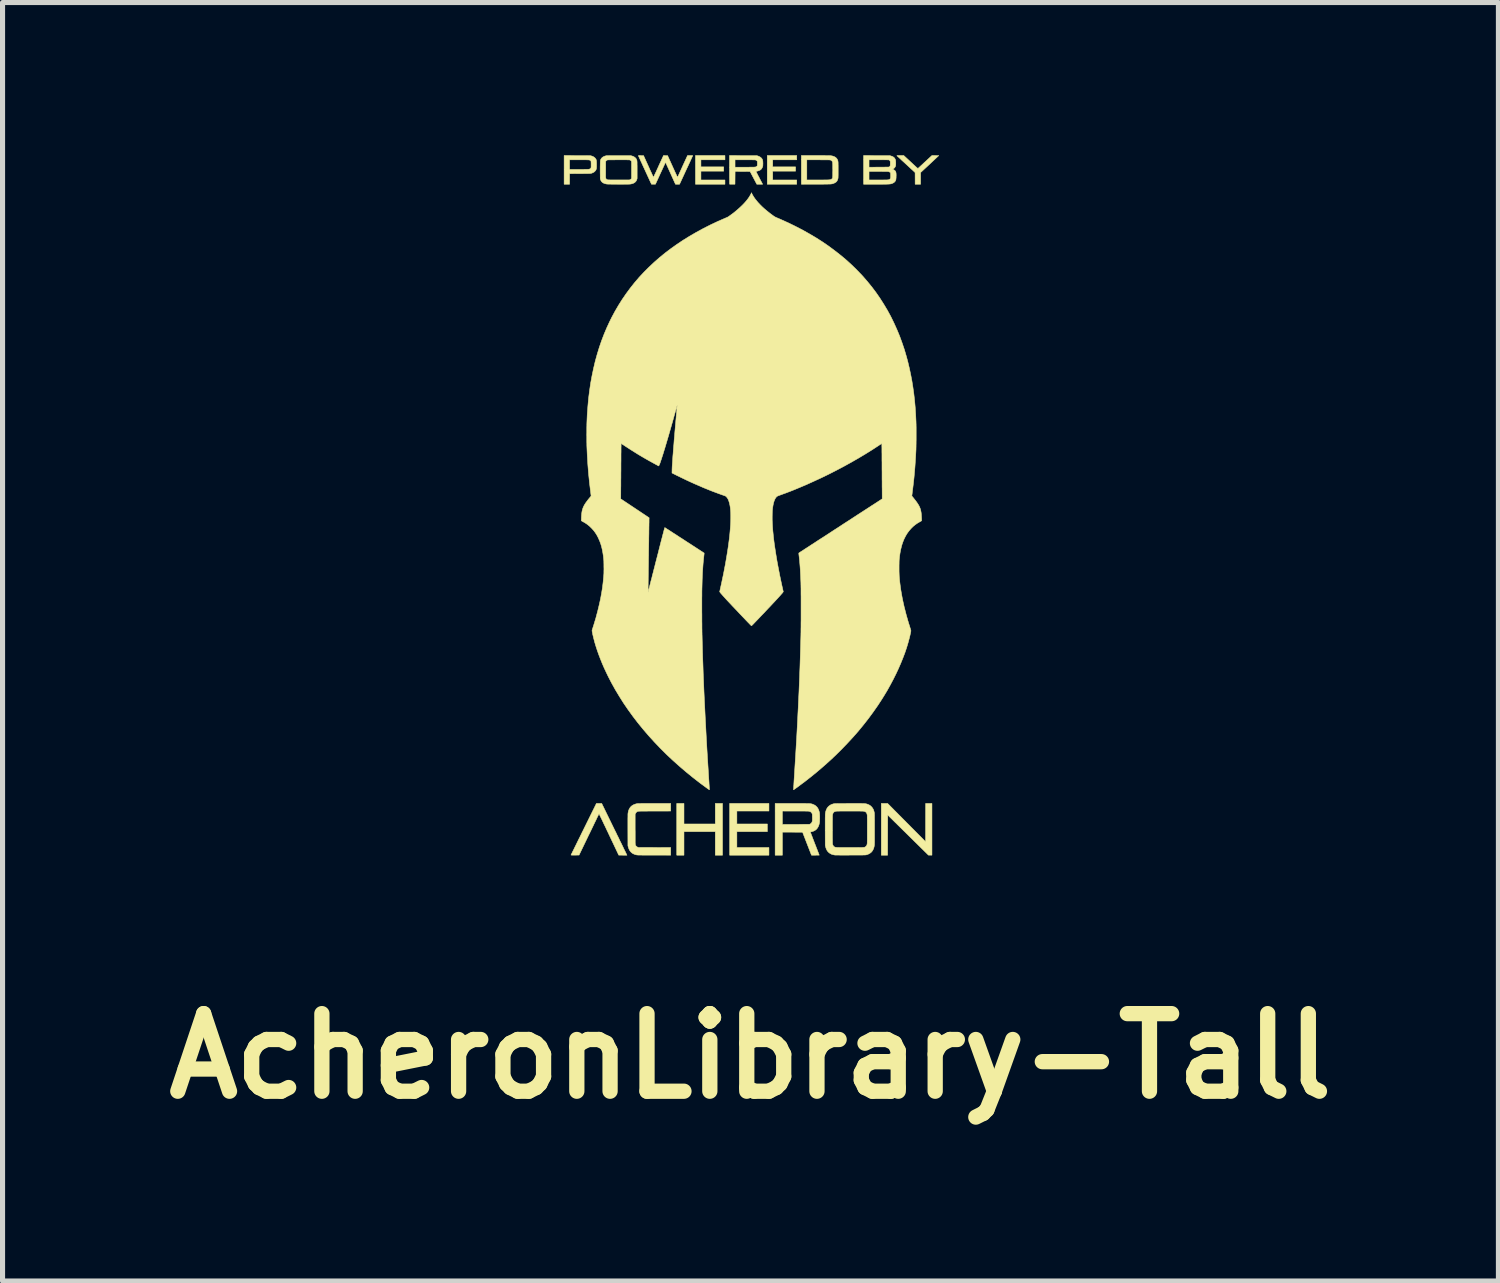
<source format=kicad_pcb>
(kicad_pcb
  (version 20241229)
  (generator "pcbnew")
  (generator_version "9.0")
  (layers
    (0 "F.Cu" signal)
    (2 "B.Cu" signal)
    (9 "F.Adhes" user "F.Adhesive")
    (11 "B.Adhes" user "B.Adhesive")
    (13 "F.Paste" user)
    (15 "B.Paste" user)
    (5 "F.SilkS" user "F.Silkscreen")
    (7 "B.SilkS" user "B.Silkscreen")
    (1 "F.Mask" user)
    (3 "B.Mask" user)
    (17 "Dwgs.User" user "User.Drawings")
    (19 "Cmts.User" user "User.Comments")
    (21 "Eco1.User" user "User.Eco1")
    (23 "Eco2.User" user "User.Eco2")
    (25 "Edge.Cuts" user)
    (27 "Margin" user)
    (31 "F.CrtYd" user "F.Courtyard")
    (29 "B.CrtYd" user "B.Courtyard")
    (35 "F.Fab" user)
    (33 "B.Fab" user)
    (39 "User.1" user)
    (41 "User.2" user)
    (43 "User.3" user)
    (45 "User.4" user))
  (footprint "AcheronLibrary-Tall"
    (layer "F.Cu")
    (at 11.711 6.875)
    (property "Reference" "AcheronLibrary-Tall" (at -0.02 10.82 0) (layer "F.SilkS") (effects (font (size 1.524 1.524) (thickness 0.3))))
    (attr through_hole)
    (fp_poly (pts (xy -1.326 6.26) (xy -0.711 6.26) (xy -0.711 5.857) (xy -0.569 5.857) (xy -0.569 6.873) (xy -0.711 6.873) (xy -0.711 6.41) (xy -1.326 6.41) (xy -1.326 6.873) (xy -1.468 6.873) (xy -1.468 5.857) (xy -1.326 5.857) (xy -1.326 6.26)) (stroke (width 0.01) (type solid)) (fill yes) (layer "F.SilkS"))
    (fp_poly (pts (xy -0.521 -6.786) (xy -0.993 -6.786) (xy -0.993 -6.647) (xy -0.546 -6.647) (xy -0.546 -6.563) (xy -0.993 -6.563) (xy -0.993 -6.39) (xy -0.521 -6.39) (xy -0.521 -6.306) (xy -1.1 -6.306) (xy -1.1 -6.87) (xy -0.521 -6.87) (xy -0.521 -6.786)) (stroke (width 0.01) (type solid)) (fill yes) (layer "F.SilkS"))
    (fp_poly (pts (xy 0.343 6.006) (xy -0.287 6.006) (xy -0.287 6.26) (xy 0.312 6.26) (xy 0.312 6.41) (xy -0.287 6.41) (xy -0.287 6.723) (xy 0.343 6.723) (xy 0.343 6.873) (xy -0.429 6.873) (xy -0.429 5.857) (xy 0.343 5.857) (xy 0.343 6.006)) (stroke (width 0.01) (type solid)) (fill yes) (layer "F.SilkS"))
    (fp_poly (pts (xy 0.889 -6.786) (xy 0.417 -6.786) (xy 0.417 -6.647) (xy 0.866 -6.647) (xy 0.866 -6.563) (xy 0.417 -6.563) (xy 0.417 -6.39) (xy 0.889 -6.39) (xy 0.889 -6.306) (xy 0.31 -6.306) (xy 0.31 -6.87) (xy 0.889 -6.87) (xy 0.889 -6.786)) (stroke (width 0.01) (type solid)) (fill yes) (layer "F.SilkS"))
    (fp_poly (pts (xy 3.047 6.233) (xy 3.42 6.609) (xy 3.42 6.233) (xy 3.421 5.857) (xy 3.545 5.857) (xy 3.545 6.873) (xy 3.511 6.872) (xy 3.476 6.872) (xy 3.076 6.478) (xy 2.676 6.084) (xy 2.674 6.873) (xy 2.55 6.873) (xy 2.55 5.857) (xy 2.674 5.857) (xy 3.047 6.233)) (stroke (width 0.01) (type solid)) (fill yes) (layer "F.SilkS"))
    (fp_poly (pts (xy 3.679 -6.869) (xy 3.501 -6.702) (xy 3.322 -6.536) (xy 3.322 -6.306) (xy 3.215 -6.306) (xy 3.214 -6.536) (xy 3.037 -6.7) (xy 3.012 -6.723) (xy 2.987 -6.746) (xy 2.964 -6.767) (xy 2.942 -6.787) (xy 2.923 -6.806) (xy 2.905 -6.822) (xy 2.89 -6.836) (xy 2.877 -6.848) (xy 2.867 -6.857) (xy 2.86 -6.863) (xy 2.857 -6.867) (xy 2.857 -6.867) (xy 2.857 -6.868) (xy 2.859 -6.869) (xy 2.864 -6.869) (xy 2.873 -6.87) (xy 2.885 -6.87) (xy 2.901 -6.87) (xy 2.922 -6.87) (xy 2.922 -6.87) (xy 2.991 -6.87) (xy 3.129 -6.742) (xy 3.155 -6.718) (xy 3.177 -6.697) (xy 3.197 -6.679) (xy 3.213 -6.664) (xy 3.227 -6.651) (xy 3.238 -6.641) (xy 3.247 -6.633) (xy 3.254 -6.627) (xy 3.26 -6.623) (xy 3.264 -6.62) (xy 3.267 -6.618) (xy 3.269 -6.617) (xy 3.27 -6.617) (xy 3.271 -6.617) (xy 3.272 -6.618) (xy 3.275 -6.62) (xy 3.281 -6.626) (xy 3.29 -6.634) (xy 3.302 -6.645) (xy 3.317 -6.659) (xy 3.333 -6.674) (xy 3.352 -6.691) (xy 3.372 -6.71) (xy 3.393 -6.73) (xy 3.411 -6.746) (xy 3.545 -6.87) (xy 3.679 -6.869)) (stroke (width 0.01) (type solid)) (fill yes) (layer "F.SilkS"))
    (fp_poly (pts (xy -2.994 5.857) (xy -2.942 5.857) (xy -2.709 6.335) (xy -2.686 6.382) (xy -2.663 6.427) (xy -2.642 6.472) (xy -2.62 6.515) (xy -2.6 6.557) (xy -2.581 6.597) (xy -2.562 6.634) (xy -2.545 6.669) (xy -2.529 6.702) (xy -2.515 6.732) (xy -2.502 6.759) (xy -2.49 6.782) (xy -2.48 6.802) (xy -2.472 6.819) (xy -2.466 6.831) (xy -2.462 6.84) (xy -2.461 6.843) (xy -2.446 6.873) (xy -2.526 6.873) (xy -2.607 6.872) (xy -2.8 6.465) (xy -2.82 6.422) (xy -2.84 6.381) (xy -2.859 6.34) (xy -2.877 6.302) (xy -2.895 6.266) (xy -2.911 6.231) (xy -2.926 6.2) (xy -2.94 6.17) (xy -2.953 6.144) (xy -2.964 6.121) (xy -2.974 6.101) (xy -2.982 6.085) (xy -2.988 6.072) (xy -2.992 6.064) (xy -2.994 6.06) (xy -2.995 6.059) (xy -2.996 6.062) (xy -2.999 6.069) (xy -3.005 6.079) (xy -3.012 6.094) (xy -3.021 6.113) (xy -3.032 6.134) (xy -3.044 6.16) (xy -3.057 6.188) (xy -3.072 6.218) (xy -3.088 6.251) (xy -3.105 6.287) (xy -3.123 6.324) (xy -3.142 6.364) (xy -3.162 6.405) (xy -3.182 6.447) (xy -3.192 6.466) (xy -3.387 6.871) (xy -3.466 6.872) (xy -3.488 6.872) (xy -3.507 6.872) (xy -3.523 6.872) (xy -3.534 6.871) (xy -3.542 6.871) (xy -3.545 6.87) (xy -3.545 6.87) (xy -3.544 6.868) (xy -3.541 6.861) (xy -3.535 6.85) (xy -3.528 6.835) (xy -3.519 6.817) (xy -3.508 6.794) (xy -3.495 6.769) (xy -3.481 6.74) (xy -3.466 6.709) (xy -3.449 6.675) (xy -3.431 6.638) (xy -3.412 6.599) (xy -3.392 6.558) (xy -3.37 6.515) (xy -3.348 6.47) (xy -3.326 6.424) (xy -3.302 6.377) (xy -3.295 6.362) (xy -3.046 5.857) (xy -2.994 5.857)) (stroke (width 0.01) (type solid)) (fill yes) (layer "F.SilkS"))
    (fp_poly (pts (xy -1.688 -6.869) (xy -1.648 -6.869) (xy -1.551 -6.655) (xy -1.537 -6.624) (xy -1.523 -6.594) (xy -1.511 -6.566) (xy -1.499 -6.54) (xy -1.488 -6.517) (xy -1.478 -6.496) (xy -1.47 -6.478) (xy -1.463 -6.463) (xy -1.458 -6.452) (xy -1.454 -6.445) (xy -1.453 -6.443) (xy -1.453 -6.443) (xy -1.451 -6.445) (xy -1.448 -6.452) (xy -1.443 -6.463) (xy -1.436 -6.477) (xy -1.428 -6.495) (xy -1.418 -6.516) (xy -1.408 -6.539) (xy -1.396 -6.565) (xy -1.383 -6.593) (xy -1.37 -6.622) (xy -1.356 -6.653) (xy -1.354 -6.657) (xy -1.256 -6.87) (xy -1.205 -6.87) (xy -1.189 -6.87) (xy -1.175 -6.87) (xy -1.164 -6.869) (xy -1.157 -6.869) (xy -1.154 -6.868) (xy -1.153 -6.868) (xy -1.155 -6.865) (xy -1.158 -6.858) (xy -1.163 -6.847) (xy -1.17 -6.833) (xy -1.178 -6.815) (xy -1.188 -6.793) (xy -1.199 -6.769) (xy -1.211 -6.742) (xy -1.225 -6.713) (xy -1.239 -6.682) (xy -1.255 -6.648) (xy -1.271 -6.614) (xy -1.284 -6.586) (xy -1.413 -6.306) (xy -1.493 -6.306) (xy -1.688 -6.738) (xy -1.692 -6.728) (xy -1.694 -6.725) (xy -1.698 -6.717) (xy -1.703 -6.705) (xy -1.71 -6.689) (xy -1.719 -6.671) (xy -1.729 -6.649) (xy -1.74 -6.625) (xy -1.752 -6.599) (xy -1.765 -6.571) (xy -1.779 -6.541) (xy -1.792 -6.513) (xy -1.886 -6.307) (xy -1.925 -6.307) (xy -1.964 -6.306) (xy -2.092 -6.584) (xy -2.108 -6.619) (xy -2.124 -6.653) (xy -2.139 -6.686) (xy -2.153 -6.717) (xy -2.166 -6.746) (xy -2.179 -6.772) (xy -2.189 -6.796) (xy -2.199 -6.817) (xy -2.207 -6.834) (xy -2.213 -6.848) (xy -2.218 -6.858) (xy -2.221 -6.864) (xy -2.221 -6.866) (xy -2.222 -6.867) (xy -2.221 -6.868) (xy -2.218 -6.869) (xy -2.213 -6.869) (xy -2.205 -6.87) (xy -2.193 -6.87) (xy -2.177 -6.87) (xy -2.172 -6.869) (xy -2.12 -6.869) (xy -2.023 -6.655) (xy -2.009 -6.624) (xy -1.996 -6.594) (xy -1.983 -6.566) (xy -1.971 -6.541) (xy -1.96 -6.517) (xy -1.951 -6.496) (xy -1.942 -6.478) (xy -1.935 -6.463) (xy -1.93 -6.452) (xy -1.927 -6.445) (xy -1.925 -6.442) (xy -1.925 -6.442) (xy -1.924 -6.445) (xy -1.92 -6.451) (xy -1.915 -6.462) (xy -1.909 -6.476) (xy -1.901 -6.494) (xy -1.891 -6.515) (xy -1.88 -6.538) (xy -1.868 -6.564) (xy -1.856 -6.591) (xy -1.842 -6.621) (xy -1.828 -6.652) (xy -1.826 -6.657) (xy -1.728 -6.87) (xy -1.688 -6.869)) (stroke (width 0.01) (type solid)) (fill yes) (layer "F.SilkS"))
    (fp_poly (pts (xy -1.587 6.006) (xy -1.903 6.007) (xy -1.95 6.007) (xy -1.992 6.007) (xy -2.029 6.007) (xy -2.062 6.008) (xy -2.091 6.008) (xy -2.117 6.008) (xy -2.139 6.008) (xy -2.158 6.008) (xy -2.174 6.008) (xy -2.187 6.009) (xy -2.198 6.009) (xy -2.207 6.009) (xy -2.214 6.01) (xy -2.22 6.01) (xy -2.224 6.011) (xy -2.227 6.011) (xy -2.23 6.012) (xy -2.232 6.012) (xy -2.249 6.02) (xy -2.262 6.031) (xy -2.273 6.045) (xy -2.276 6.051) (xy -2.285 6.069) (xy -2.285 6.363) (xy -2.284 6.408) (xy -2.284 6.448) (xy -2.284 6.484) (xy -2.284 6.516) (xy -2.284 6.543) (xy -2.284 6.567) (xy -2.284 6.587) (xy -2.284 6.605) (xy -2.284 6.619) (xy -2.284 6.632) (xy -2.283 6.641) (xy -2.283 6.649) (xy -2.283 6.656) (xy -2.282 6.661) (xy -2.282 6.664) (xy -2.281 6.667) (xy -2.28 6.67) (xy -2.28 6.672) (xy -2.272 6.687) (xy -2.26 6.7) (xy -2.246 6.711) (xy -2.236 6.715) (xy -2.221 6.721) (xy -1.904 6.722) (xy -1.587 6.723) (xy -1.587 6.873) (xy -1.908 6.872) (xy -1.958 6.872) (xy -2.004 6.872) (xy -2.045 6.872) (xy -2.081 6.872) (xy -2.114 6.872) (xy -2.142 6.872) (xy -2.166 6.871) (xy -2.187 6.871) (xy -2.205 6.871) (xy -2.219 6.871) (xy -2.231 6.87) (xy -2.24 6.87) (xy -2.246 6.869) (xy -2.249 6.869) (xy -2.282 6.862) (xy -2.312 6.85) (xy -2.339 6.836) (xy -2.362 6.817) (xy -2.377 6.801) (xy -2.39 6.784) (xy -2.401 6.764) (xy -2.411 6.741) (xy -2.42 6.714) (xy -2.42 6.713) (xy -2.427 6.688) (xy -2.428 6.38) (xy -2.428 6.329) (xy -2.428 6.284) (xy -2.428 6.243) (xy -2.428 6.206) (xy -2.428 6.174) (xy -2.428 6.146) (xy -2.427 6.122) (xy -2.427 6.101) (xy -2.427 6.084) (xy -2.427 6.071) (xy -2.426 6.06) (xy -2.426 6.053) (xy -2.425 6.048) (xy -2.419 6.015) (xy -2.409 5.983) (xy -2.395 5.955) (xy -2.379 5.93) (xy -2.378 5.93) (xy -2.36 5.911) (xy -2.338 5.895) (xy -2.313 5.881) (xy -2.284 5.87) (xy -2.254 5.862) (xy -2.235 5.859) (xy -2.229 5.859) (xy -2.218 5.858) (xy -2.202 5.858) (xy -2.181 5.858) (xy -2.155 5.857) (xy -2.126 5.857) (xy -2.091 5.857) (xy -2.053 5.857) (xy -2.01 5.857) (xy -1.963 5.857) (xy -1.912 5.857) (xy -1.9 5.857) (xy -1.587 5.857) (xy -1.587 6.006)) (stroke (width 0.01) (type solid)) (fill yes) (layer "F.SilkS"))
    (fp_poly (pts (xy -3.424 -6.869) (xy -3.383 -6.869) (xy -3.346 -6.869) (xy -3.313 -6.869) (xy -3.285 -6.869) (xy -3.26 -6.869) (xy -3.239 -6.869) (xy -3.221 -6.868) (xy -3.206 -6.868) (xy -3.194 -6.868) (xy -3.184 -6.868) (xy -3.175 -6.867) (xy -3.169 -6.867) (xy -3.163 -6.866) (xy -3.159 -6.866) (xy -3.155 -6.865) (xy -3.152 -6.864) (xy -3.148 -6.863) (xy -3.147 -6.863) (xy -3.122 -6.855) (xy -3.101 -6.844) (xy -3.083 -6.831) (xy -3.077 -6.826) (xy -3.068 -6.816) (xy -3.061 -6.807) (xy -3.055 -6.798) (xy -3.05 -6.787) (xy -3.047 -6.775) (xy -3.045 -6.76) (xy -3.044 -6.742) (xy -3.043 -6.721) (xy -3.043 -6.695) (xy -3.043 -6.692) (xy -3.043 -6.669) (xy -3.043 -6.65) (xy -3.044 -6.635) (xy -3.045 -6.623) (xy -3.046 -6.612) (xy -3.049 -6.603) (xy -3.052 -6.595) (xy -3.055 -6.586) (xy -3.056 -6.586) (xy -3.065 -6.572) (xy -3.078 -6.558) (xy -3.093 -6.545) (xy -3.111 -6.535) (xy -3.112 -6.535) (xy -3.119 -6.532) (xy -3.125 -6.529) (xy -3.131 -6.526) (xy -3.137 -6.524) (xy -3.143 -6.522) (xy -3.151 -6.521) (xy -3.159 -6.519) (xy -3.169 -6.518) (xy -3.181 -6.518) (xy -3.196 -6.517) (xy -3.213 -6.516) (xy -3.233 -6.516) (xy -3.257 -6.516) (xy -3.284 -6.516) (xy -3.315 -6.515) (xy -3.351 -6.515) (xy -3.372 -6.515) (xy -3.573 -6.514) (xy -3.573 -6.306) (xy -3.68 -6.306) (xy -3.68 -6.786) (xy -3.573 -6.786) (xy -3.573 -6.598) (xy -3.389 -6.598) (xy -3.353 -6.598) (xy -3.321 -6.598) (xy -3.295 -6.598) (xy -3.272 -6.599) (xy -3.253 -6.599) (xy -3.237 -6.599) (xy -3.224 -6.599) (xy -3.213 -6.6) (xy -3.205 -6.6) (xy -3.199 -6.601) (xy -3.194 -6.601) (xy -3.19 -6.602) (xy -3.189 -6.602) (xy -3.173 -6.608) (xy -3.162 -6.616) (xy -3.154 -6.626) (xy -3.153 -6.629) (xy -3.152 -6.634) (xy -3.151 -6.639) (xy -3.15 -6.646) (xy -3.15 -6.655) (xy -3.15 -6.668) (xy -3.15 -6.684) (xy -3.15 -6.698) (xy -3.15 -6.718) (xy -3.151 -6.733) (xy -3.151 -6.745) (xy -3.152 -6.754) (xy -3.154 -6.76) (xy -3.157 -6.765) (xy -3.161 -6.769) (xy -3.166 -6.773) (xy -3.169 -6.775) (xy -3.172 -6.777) (xy -3.176 -6.779) (xy -3.18 -6.78) (xy -3.184 -6.782) (xy -3.191 -6.783) (xy -3.198 -6.784) (xy -3.208 -6.784) (xy -3.22 -6.785) (xy -3.235 -6.785) (xy -3.253 -6.786) (xy -3.274 -6.786) (xy -3.299 -6.786) (xy -3.328 -6.786) (xy -3.362 -6.786) (xy -3.388 -6.786) (xy -3.573 -6.786) (xy -3.68 -6.786) (xy -3.68 -6.87) (xy -3.424 -6.869)) (stroke (width 0.01) (type solid)) (fill yes) (layer "F.SilkS"))
    (fp_poly (pts (xy -0.166 -6.869) (xy 0.1 -6.869) (xy 0.121 -6.863) (xy 0.145 -6.854) (xy 0.165 -6.844) (xy 0.183 -6.832) (xy 0.187 -6.828) (xy 0.199 -6.816) (xy 0.208 -6.804) (xy 0.215 -6.79) (xy 0.22 -6.775) (xy 0.223 -6.756) (xy 0.224 -6.734) (xy 0.225 -6.715) (xy 0.224 -6.695) (xy 0.224 -6.678) (xy 0.222 -6.665) (xy 0.221 -6.659) (xy 0.216 -6.643) (xy 0.208 -6.626) (xy 0.199 -6.611) (xy 0.195 -6.606) (xy 0.181 -6.592) (xy 0.164 -6.581) (xy 0.143 -6.572) (xy 0.119 -6.565) (xy 0.107 -6.562) (xy 0.097 -6.561) (xy 0.091 -6.56) (xy 0.087 -6.559) (xy 0.087 -6.559) (xy 0.088 -6.557) (xy 0.091 -6.55) (xy 0.096 -6.541) (xy 0.103 -6.528) (xy 0.111 -6.513) (xy 0.12 -6.495) (xy 0.129 -6.477) (xy 0.13 -6.475) (xy 0.142 -6.454) (xy 0.153 -6.432) (xy 0.164 -6.41) (xy 0.175 -6.39) (xy 0.184 -6.372) (xy 0.192 -6.357) (xy 0.197 -6.349) (xy 0.219 -6.306) (xy 0.105 -6.306) (xy 0.039 -6.431) (xy -0.027 -6.556) (xy -0.175 -6.557) (xy -0.322 -6.558) (xy -0.324 -6.307) (xy -0.376 -6.307) (xy -0.392 -6.307) (xy -0.406 -6.307) (xy -0.417 -6.307) (xy -0.426 -6.307) (xy -0.43 -6.308) (xy -0.43 -6.308) (xy -0.43 -6.311) (xy -0.43 -6.318) (xy -0.431 -6.33) (xy -0.431 -6.346) (xy -0.431 -6.366) (xy -0.431 -6.389) (xy -0.431 -6.415) (xy -0.432 -6.444) (xy -0.432 -6.476) (xy -0.432 -6.51) (xy -0.432 -6.545) (xy -0.432 -6.582) (xy -0.432 -6.786) (xy -0.323 -6.786) (xy -0.323 -6.641) (xy -0.13 -6.641) (xy -0.093 -6.641) (xy -0.061 -6.641) (xy -0.034 -6.642) (xy -0.01 -6.642) (xy 0.01 -6.642) (xy 0.026 -6.642) (xy 0.04 -6.642) (xy 0.051 -6.643) (xy 0.06 -6.643) (xy 0.066 -6.644) (xy 0.072 -6.644) (xy 0.076 -6.645) (xy 0.078 -6.645) (xy 0.091 -6.65) (xy 0.101 -6.656) (xy 0.109 -6.664) (xy 0.11 -6.665) (xy 0.112 -6.668) (xy 0.114 -6.672) (xy 0.115 -6.677) (xy 0.115 -6.684) (xy 0.115 -6.694) (xy 0.116 -6.708) (xy 0.116 -6.714) (xy 0.116 -6.729) (xy 0.115 -6.741) (xy 0.115 -6.749) (xy 0.114 -6.754) (xy 0.113 -6.758) (xy 0.111 -6.761) (xy 0.11 -6.763) (xy 0.099 -6.774) (xy 0.084 -6.781) (xy 0.076 -6.783) (xy 0.07 -6.784) (xy 0.06 -6.785) (xy 0.044 -6.785) (xy 0.024 -6.785) (xy -0.002 -6.786) (xy -0.033 -6.786) (xy -0.068 -6.786) (xy -0.109 -6.786) (xy -0.13 -6.786) (xy -0.323 -6.786) (xy -0.432 -6.786) (xy -0.432 -6.87) (xy -0.166 -6.869)) (stroke (width 0.01) (type solid)) (fill yes) (layer "F.SilkS"))
    (fp_poly (pts (xy 1.305 -6.87) (xy 1.35 -6.87) (xy 1.392 -6.87) (xy 1.428 -6.87) (xy 1.461 -6.869) (xy 1.489 -6.869) (xy 1.512 -6.869) (xy 1.53 -6.868) (xy 1.544 -6.868) (xy 1.552 -6.867) (xy 1.553 -6.867) (xy 1.585 -6.862) (xy 1.613 -6.854) (xy 1.637 -6.843) (xy 1.657 -6.83) (xy 1.674 -6.813) (xy 1.686 -6.795) (xy 1.686 -6.793) (xy 1.69 -6.786) (xy 1.692 -6.78) (xy 1.695 -6.774) (xy 1.697 -6.767) (xy 1.698 -6.759) (xy 1.7 -6.751) (xy 1.701 -6.74) (xy 1.702 -6.728) (xy 1.702 -6.713) (xy 1.702 -6.695) (xy 1.703 -6.674) (xy 1.703 -6.649) (xy 1.703 -6.619) (xy 1.703 -6.586) (xy 1.703 -6.553) (xy 1.703 -6.526) (xy 1.703 -6.502) (xy 1.703 -6.483) (xy 1.702 -6.467) (xy 1.702 -6.454) (xy 1.702 -6.443) (xy 1.701 -6.435) (xy 1.701 -6.428) (xy 1.7 -6.423) (xy 1.699 -6.418) (xy 1.698 -6.415) (xy 1.69 -6.39) (xy 1.68 -6.37) (xy 1.666 -6.353) (xy 1.648 -6.34) (xy 1.626 -6.328) (xy 1.615 -6.324) (xy 1.609 -6.321) (xy 1.603 -6.319) (xy 1.597 -6.317) (xy 1.591 -6.316) (xy 1.585 -6.314) (xy 1.579 -6.313) (xy 1.571 -6.312) (xy 1.562 -6.311) (xy 1.552 -6.31) (xy 1.54 -6.309) (xy 1.525 -6.309) (xy 1.508 -6.309) (xy 1.489 -6.308) (xy 1.466 -6.308) (xy 1.44 -6.308) (xy 1.41 -6.307) (xy 1.376 -6.307) (xy 1.338 -6.307) (xy 1.295 -6.307) (xy 1.267 -6.307) (xy 0.98 -6.306) (xy 0.98 -6.39) (xy 1.087 -6.39) (xy 1.297 -6.39) (xy 1.339 -6.39) (xy 1.376 -6.39) (xy 1.41 -6.39) (xy 1.441 -6.391) (xy 1.467 -6.391) (xy 1.489 -6.391) (xy 1.507 -6.392) (xy 1.52 -6.392) (xy 1.528 -6.393) (xy 1.529 -6.393) (xy 1.55 -6.397) (xy 1.567 -6.403) (xy 1.58 -6.412) (xy 1.589 -6.423) (xy 1.593 -6.434) (xy 1.594 -6.439) (xy 1.594 -6.449) (xy 1.595 -6.462) (xy 1.596 -6.479) (xy 1.596 -6.499) (xy 1.596 -6.521) (xy 1.596 -6.545) (xy 1.597 -6.569) (xy 1.597 -6.594) (xy 1.596 -6.619) (xy 1.596 -6.643) (xy 1.596 -6.665) (xy 1.596 -6.686) (xy 1.595 -6.705) (xy 1.594 -6.72) (xy 1.594 -6.731) (xy 1.593 -6.739) (xy 1.593 -6.74) (xy 1.586 -6.755) (xy 1.576 -6.767) (xy 1.562 -6.777) (xy 1.554 -6.78) (xy 1.552 -6.781) (xy 1.549 -6.782) (xy 1.545 -6.782) (xy 1.54 -6.783) (xy 1.534 -6.783) (xy 1.526 -6.784) (xy 1.516 -6.784) (xy 1.503 -6.784) (xy 1.488 -6.785) (xy 1.47 -6.785) (xy 1.449 -6.785) (xy 1.424 -6.785) (xy 1.395 -6.785) (xy 1.361 -6.785) (xy 1.323 -6.786) (xy 1.314 -6.786) (xy 1.087 -6.786) (xy 1.087 -6.39) (xy 0.98 -6.39) (xy 0.98 -6.87) (xy 1.255 -6.87) (xy 1.305 -6.87)) (stroke (width 0.01) (type solid)) (fill yes) (layer "F.SilkS"))
    (fp_poly (pts (xy 0.794 5.857) (xy 0.844 5.857) (xy 0.889 5.857) (xy 0.929 5.857) (xy 0.965 5.857) (xy 0.997 5.857) (xy 1.026 5.857) (xy 1.051 5.857) (xy 1.073 5.858) (xy 1.092 5.858) (xy 1.108 5.858) (xy 1.122 5.859) (xy 1.134 5.859) (xy 1.145 5.86) (xy 1.153 5.861) (xy 1.161 5.862) (xy 1.168 5.863) (xy 1.174 5.864) (xy 1.18 5.865) (xy 1.185 5.867) (xy 1.191 5.868) (xy 1.221 5.88) (xy 1.249 5.894) (xy 1.272 5.913) (xy 1.293 5.935) (xy 1.309 5.961) (xy 1.322 5.99) (xy 1.332 6.023) (xy 1.335 6.037) (xy 1.337 6.049) (xy 1.338 6.066) (xy 1.339 6.085) (xy 1.34 6.107) (xy 1.34 6.13) (xy 1.34 6.153) (xy 1.339 6.176) (xy 1.339 6.197) (xy 1.338 6.215) (xy 1.336 6.23) (xy 1.335 6.238) (xy 1.327 6.273) (xy 1.316 6.304) (xy 1.301 6.332) (xy 1.284 6.355) (xy 1.264 6.375) (xy 1.24 6.39) (xy 1.213 6.403) (xy 1.193 6.409) (xy 1.182 6.412) (xy 1.173 6.414) (xy 1.166 6.415) (xy 1.164 6.415) (xy 1.159 6.416) (xy 1.157 6.418) (xy 1.158 6.42) (xy 1.16 6.427) (xy 1.164 6.439) (xy 1.17 6.453) (xy 1.176 6.472) (xy 1.185 6.493) (xy 1.194 6.517) (xy 1.204 6.544) (xy 1.215 6.572) (xy 1.227 6.603) (xy 1.239 6.635) (xy 1.243 6.645) (xy 1.256 6.678) (xy 1.268 6.708) (xy 1.279 6.738) (xy 1.29 6.765) (xy 1.299 6.79) (xy 1.308 6.812) (xy 1.315 6.831) (xy 1.321 6.847) (xy 1.326 6.859) (xy 1.329 6.867) (xy 1.331 6.871) (xy 1.331 6.872) (xy 1.328 6.872) (xy 1.321 6.872) (xy 1.311 6.872) (xy 1.297 6.872) (xy 1.28 6.872) (xy 1.262 6.873) (xy 1.255 6.873) (xy 1.179 6.873) (xy 1.091 6.647) (xy 1.004 6.422) (xy 0.805 6.421) (xy 0.607 6.42) (xy 0.607 6.873) (xy 0.465 6.873) (xy 0.465 6.268) (xy 0.607 6.268) (xy 0.873 6.268) (xy 1.139 6.267) (xy 1.154 6.26) (xy 1.169 6.249) (xy 1.181 6.236) (xy 1.19 6.219) (xy 1.191 6.214) (xy 1.193 6.209) (xy 1.194 6.203) (xy 1.195 6.197) (xy 1.196 6.189) (xy 1.196 6.18) (xy 1.196 6.167) (xy 1.196 6.151) (xy 1.196 6.132) (xy 1.195 6.112) (xy 1.195 6.096) (xy 1.195 6.084) (xy 1.194 6.075) (xy 1.194 6.068) (xy 1.193 6.063) (xy 1.191 6.059) (xy 1.19 6.055) (xy 1.179 6.038) (xy 1.166 6.025) (xy 1.149 6.016) (xy 1.129 6.01) (xy 1.123 6.009) (xy 1.117 6.009) (xy 1.107 6.008) (xy 1.092 6.008) (xy 1.073 6.008) (xy 1.05 6.007) (xy 1.023 6.007) (xy 0.994 6.007) (xy 0.961 6.007) (xy 0.926 6.007) (xy 0.888 6.007) (xy 0.855 6.007) (xy 0.607 6.006) (xy 0.607 6.268) (xy 0.465 6.268) (xy 0.465 5.857) (xy 0.794 5.857)) (stroke (width 0.01) (type solid)) (fill yes) (layer "F.SilkS"))
    (fp_poly (pts (xy 2.458 -6.869) (xy 2.714 -6.869) (xy 2.738 -6.862) (xy 2.759 -6.855) (xy 2.776 -6.848) (xy 2.79 -6.839) (xy 2.801 -6.83) (xy 2.815 -6.814) (xy 2.825 -6.794) (xy 2.831 -6.777) (xy 2.832 -6.766) (xy 2.833 -6.751) (xy 2.834 -6.735) (xy 2.834 -6.717) (xy 2.834 -6.7) (xy 2.833 -6.686) (xy 2.832 -6.675) (xy 2.832 -6.674) (xy 2.826 -6.654) (xy 2.816 -6.636) (xy 2.803 -6.622) (xy 2.788 -6.611) (xy 2.783 -6.608) (xy 2.771 -6.602) (xy 2.783 -6.598) (xy 2.796 -6.591) (xy 2.81 -6.581) (xy 2.822 -6.57) (xy 2.83 -6.559) (xy 2.834 -6.549) (xy 2.837 -6.539) (xy 2.84 -6.526) (xy 2.841 -6.511) (xy 2.842 -6.492) (xy 2.842 -6.469) (xy 2.841 -6.457) (xy 2.841 -6.435) (xy 2.839 -6.418) (xy 2.838 -6.403) (xy 2.835 -6.392) (xy 2.832 -6.382) (xy 2.828 -6.373) (xy 2.822 -6.364) (xy 2.822 -6.364) (xy 2.809 -6.349) (xy 2.793 -6.336) (xy 2.772 -6.325) (xy 2.75 -6.317) (xy 2.744 -6.315) (xy 2.738 -6.314) (xy 2.731 -6.313) (xy 2.724 -6.311) (xy 2.716 -6.31) (xy 2.706 -6.31) (xy 2.695 -6.309) (xy 2.682 -6.308) (xy 2.667 -6.308) (xy 2.649 -6.307) (xy 2.628 -6.307) (xy 2.604 -6.307) (xy 2.577 -6.306) (xy 2.545 -6.306) (xy 2.51 -6.306) (xy 2.469 -6.306) (xy 2.441 -6.306) (xy 2.202 -6.306) (xy 2.202 -6.558) (xy 2.309 -6.558) (xy 2.309 -6.39) (xy 2.49 -6.39) (xy 2.526 -6.39) (xy 2.559 -6.39) (xy 2.589 -6.39) (xy 2.615 -6.391) (xy 2.638 -6.391) (xy 2.656 -6.391) (xy 2.671 -6.392) (xy 2.68 -6.392) (xy 2.685 -6.393) (xy 2.703 -6.397) (xy 2.716 -6.405) (xy 2.725 -6.414) (xy 2.727 -6.418) (xy 2.729 -6.422) (xy 2.731 -6.427) (xy 2.732 -6.432) (xy 2.732 -6.439) (xy 2.733 -6.449) (xy 2.733 -6.462) (xy 2.733 -6.476) (xy 2.733 -6.494) (xy 2.732 -6.507) (xy 2.732 -6.517) (xy 2.731 -6.524) (xy 2.73 -6.529) (xy 2.729 -6.531) (xy 2.723 -6.539) (xy 2.712 -6.546) (xy 2.699 -6.552) (xy 2.686 -6.555) (xy 2.68 -6.555) (xy 2.669 -6.556) (xy 2.652 -6.557) (xy 2.631 -6.557) (xy 2.605 -6.557) (xy 2.574 -6.557) (xy 2.539 -6.558) (xy 2.498 -6.558) (xy 2.49 -6.558) (xy 2.309 -6.558) (xy 2.202 -6.558) (xy 2.202 -6.641) (xy 2.309 -6.641) (xy 2.502 -6.642) (xy 2.538 -6.642) (xy 2.569 -6.642) (xy 2.596 -6.642) (xy 2.619 -6.643) (xy 2.638 -6.643) (xy 2.654 -6.643) (xy 2.667 -6.643) (xy 2.677 -6.643) (xy 2.685 -6.644) (xy 2.692 -6.644) (xy 2.696 -6.645) (xy 2.7 -6.646) (xy 2.702 -6.646) (xy 2.704 -6.647) (xy 2.706 -6.648) (xy 2.713 -6.652) (xy 2.718 -6.656) (xy 2.722 -6.662) (xy 2.724 -6.67) (xy 2.725 -6.68) (xy 2.726 -6.694) (xy 2.726 -6.712) (xy 2.726 -6.714) (xy 2.726 -6.732) (xy 2.726 -6.746) (xy 2.724 -6.757) (xy 2.722 -6.764) (xy 2.719 -6.77) (xy 2.714 -6.774) (xy 2.708 -6.778) (xy 2.707 -6.779) (xy 2.696 -6.785) (xy 2.502 -6.786) (xy 2.309 -6.786) (xy 2.309 -6.641) (xy 2.202 -6.641) (xy 2.202 -6.87) (xy 2.458 -6.869)) (stroke (width 0.01) (type solid)) (fill yes) (layer "F.SilkS"))
    (fp_poly (pts (xy -2.353 -6.863) (xy -2.328 -6.855) (xy -2.307 -6.845) (xy -2.29 -6.833) (xy -2.284 -6.828) (xy -2.269 -6.813) (xy -2.259 -6.795) (xy -2.251 -6.775) (xy -2.251 -6.773) (xy -2.25 -6.77) (xy -2.249 -6.766) (xy -2.249 -6.761) (xy -2.248 -6.755) (xy -2.248 -6.747) (xy -2.247 -6.737) (xy -2.247 -6.725) (xy -2.247 -6.709) (xy -2.247 -6.691) (xy -2.246 -6.669) (xy -2.246 -6.643) (xy -2.246 -6.613) (xy -2.246 -6.588) (xy -2.246 -6.419) (xy -2.252 -6.4) (xy -2.256 -6.389) (xy -2.261 -6.378) (xy -2.266 -6.369) (xy -2.28 -6.352) (xy -2.298 -6.337) (xy -2.32 -6.325) (xy -2.346 -6.316) (xy -2.374 -6.31) (xy -2.384 -6.309) (xy -2.391 -6.308) (xy -2.403 -6.308) (xy -2.419 -6.307) (xy -2.438 -6.307) (xy -2.461 -6.307) (xy -2.486 -6.307) (xy -2.513 -6.306) (xy -2.542 -6.306) (xy -2.572 -6.306) (xy -2.603 -6.306) (xy -2.633 -6.306) (xy -2.664 -6.307) (xy -2.694 -6.307) (xy -2.722 -6.307) (xy -2.749 -6.307) (xy -2.773 -6.308) (xy -2.795 -6.308) (xy -2.813 -6.308) (xy -2.828 -6.309) (xy -2.838 -6.309) (xy -2.843 -6.31) (xy -2.873 -6.316) (xy -2.899 -6.325) (xy -2.922 -6.337) (xy -2.94 -6.353) (xy -2.954 -6.371) (xy -2.964 -6.393) (xy -2.968 -6.404) (xy -2.968 -6.41) (xy -2.969 -6.421) (xy -2.97 -6.429) (xy -2.865 -6.429) (xy -2.859 -6.418) (xy -2.851 -6.407) (xy -2.838 -6.398) (xy -2.822 -6.393) (xy -2.82 -6.393) (xy -2.815 -6.392) (xy -2.806 -6.392) (xy -2.793 -6.392) (xy -2.776 -6.391) (xy -2.755 -6.391) (xy -2.732 -6.391) (xy -2.705 -6.391) (xy -2.677 -6.391) (xy -2.646 -6.391) (xy -2.615 -6.391) (xy -2.602 -6.391) (xy -2.396 -6.391) (xy -2.382 -6.398) (xy -2.372 -6.404) (xy -2.364 -6.411) (xy -2.362 -6.413) (xy -2.356 -6.422) (xy -2.356 -6.589) (xy -2.356 -6.622) (xy -2.356 -6.65) (xy -2.356 -6.674) (xy -2.356 -6.695) (xy -2.356 -6.711) (xy -2.356 -6.725) (xy -2.356 -6.735) (xy -2.357 -6.743) (xy -2.357 -6.75) (xy -2.358 -6.754) (xy -2.358 -6.757) (xy -2.359 -6.759) (xy -2.36 -6.761) (xy -2.361 -6.763) (xy -2.372 -6.774) (xy -2.387 -6.781) (xy -2.396 -6.784) (xy -2.401 -6.784) (xy -2.41 -6.785) (xy -2.424 -6.785) (xy -2.442 -6.785) (xy -2.465 -6.786) (xy -2.493 -6.786) (xy -2.525 -6.786) (xy -2.563 -6.786) (xy -2.605 -6.786) (xy -2.617 -6.786) (xy -2.655 -6.786) (xy -2.687 -6.785) (xy -2.716 -6.785) (xy -2.74 -6.785) (xy -2.76 -6.785) (xy -2.777 -6.785) (xy -2.791 -6.785) (xy -2.803 -6.784) (xy -2.812 -6.784) (xy -2.819 -6.784) (xy -2.824 -6.783) (xy -2.828 -6.782) (xy -2.831 -6.782) (xy -2.834 -6.781) (xy -2.836 -6.78) (xy -2.837 -6.78) (xy -2.846 -6.774) (xy -2.854 -6.767) (xy -2.856 -6.764) (xy -2.864 -6.755) (xy -2.864 -6.592) (xy -2.865 -6.429) (xy -2.97 -6.429) (xy -2.97 -6.435) (xy -2.971 -6.453) (xy -2.971 -6.474) (xy -2.971 -6.497) (xy -2.972 -6.523) (xy -2.972 -6.549) (xy -2.972 -6.576) (xy -2.972 -6.604) (xy -2.972 -6.631) (xy -2.972 -6.657) (xy -2.971 -6.682) (xy -2.971 -6.705) (xy -2.97 -6.726) (xy -2.97 -6.743) (xy -2.969 -6.758) (xy -2.968 -6.767) (xy -2.968 -6.772) (xy -2.962 -6.79) (xy -2.954 -6.805) (xy -2.944 -6.818) (xy -2.937 -6.826) (xy -2.921 -6.839) (xy -2.902 -6.85) (xy -2.88 -6.859) (xy -2.865 -6.863) (xy -2.862 -6.864) (xy -2.858 -6.865) (xy -2.854 -6.866) (xy -2.85 -6.866) (xy -2.844 -6.867) (xy -2.838 -6.867) (xy -2.83 -6.868) (xy -2.82 -6.868) (xy -2.808 -6.868) (xy -2.793 -6.868) (xy -2.776 -6.869) (xy -2.755 -6.869) (xy -2.731 -6.869) (xy -2.702 -6.869) (xy -2.67 -6.869) (xy -2.633 -6.869) (xy -2.61 -6.869) (xy -2.376 -6.869) (xy -2.353 -6.863)) (stroke (width 0.01) (type solid)) (fill yes) (layer "F.SilkS"))
    (fp_poly (pts (xy 2.103 5.857) (xy 2.128 5.857) (xy 2.15 5.857) (xy 2.169 5.858) (xy 2.186 5.858) (xy 2.2 5.859) (xy 2.212 5.859) (xy 2.223 5.86) (xy 2.232 5.861) (xy 2.239 5.862) (xy 2.246 5.863) (xy 2.253 5.864) (xy 2.259 5.866) (xy 2.265 5.868) (xy 2.268 5.868) (xy 2.297 5.879) (xy 2.322 5.892) (xy 2.345 5.909) (xy 2.364 5.929) (xy 2.367 5.932) (xy 2.379 5.949) (xy 2.389 5.965) (xy 2.397 5.982) (xy 2.404 6.002) (xy 2.41 6.025) (xy 2.411 6.029) (xy 2.412 6.033) (xy 2.412 6.037) (xy 2.413 6.041) (xy 2.414 6.046) (xy 2.414 6.051) (xy 2.415 6.058) (xy 2.415 6.066) (xy 2.415 6.076) (xy 2.416 6.088) (xy 2.416 6.102) (xy 2.416 6.119) (xy 2.416 6.139) (xy 2.416 6.163) (xy 2.417 6.19) (xy 2.417 6.22) (xy 2.417 6.255) (xy 2.417 6.294) (xy 2.417 6.338) (xy 2.417 6.344) (xy 2.417 6.398) (xy 2.417 6.447) (xy 2.417 6.491) (xy 2.417 6.53) (xy 2.417 6.564) (xy 2.417 6.593) (xy 2.417 6.617) (xy 2.416 6.636) (xy 2.416 6.651) (xy 2.416 6.661) (xy 2.415 6.664) (xy 2.412 6.693) (xy 2.406 6.718) (xy 2.399 6.741) (xy 2.39 6.762) (xy 2.375 6.789) (xy 2.356 6.812) (xy 2.333 6.831) (xy 2.307 6.847) (xy 2.277 6.86) (xy 2.253 6.867) (xy 2.25 6.867) (xy 2.246 6.868) (xy 2.242 6.869) (xy 2.236 6.869) (xy 2.228 6.869) (xy 2.219 6.87) (xy 2.207 6.87) (xy 2.193 6.87) (xy 2.177 6.871) (xy 2.157 6.871) (xy 2.134 6.871) (xy 2.108 6.871) (xy 2.077 6.871) (xy 2.043 6.871) (xy 2.004 6.871) (xy 1.961 6.871) (xy 1.943 6.871) (xy 1.905 6.872) (xy 1.868 6.872) (xy 1.832 6.872) (xy 1.799 6.872) (xy 1.768 6.872) (xy 1.74 6.872) (xy 1.715 6.871) (xy 1.693 6.871) (xy 1.674 6.871) (xy 1.66 6.871) (xy 1.65 6.871) (xy 1.644 6.871) (xy 1.643 6.871) (xy 1.619 6.867) (xy 1.598 6.862) (xy 1.58 6.857) (xy 1.564 6.85) (xy 1.549 6.842) (xy 1.542 6.838) (xy 1.519 6.821) (xy 1.5 6.802) (xy 1.484 6.78) (xy 1.471 6.754) (xy 1.46 6.724) (xy 1.455 6.704) (xy 1.449 6.678) (xy 1.448 6.385) (xy 1.448 6.358) (xy 1.59 6.358) (xy 1.59 6.392) (xy 1.59 6.425) (xy 1.59 6.458) (xy 1.59 6.489) (xy 1.59 6.519) (xy 1.59 6.547) (xy 1.591 6.572) (xy 1.591 6.595) (xy 1.591 6.614) (xy 1.592 6.63) (xy 1.592 6.641) (xy 1.592 6.648) (xy 1.592 6.65) (xy 1.597 6.67) (xy 1.606 6.687) (xy 1.617 6.701) (xy 1.632 6.711) (xy 1.633 6.712) (xy 1.636 6.713) (xy 1.64 6.715) (xy 1.644 6.716) (xy 1.648 6.717) (xy 1.653 6.718) (xy 1.659 6.719) (xy 1.667 6.72) (xy 1.677 6.72) (xy 1.688 6.721) (xy 1.702 6.721) (xy 1.719 6.722) (xy 1.739 6.722) (xy 1.762 6.722) (xy 1.788 6.722) (xy 1.818 6.722) (xy 1.853 6.722) (xy 1.892 6.722) (xy 1.936 6.722) (xy 1.939 6.722) (xy 1.982 6.722) (xy 2.02 6.722) (xy 2.054 6.722) (xy 2.083 6.722) (xy 2.109 6.721) (xy 2.131 6.721) (xy 2.149 6.721) (xy 2.165 6.721) (xy 2.178 6.721) (xy 2.189 6.72) (xy 2.197 6.72) (xy 2.204 6.72) (xy 2.209 6.719) (xy 2.213 6.719) (xy 2.217 6.718) (xy 2.219 6.717) (xy 2.222 6.717) (xy 2.222 6.717) (xy 2.236 6.709) (xy 2.25 6.699) (xy 2.26 6.686) (xy 2.265 6.677) (xy 2.268 6.668) (xy 2.271 6.656) (xy 2.273 6.646) (xy 2.273 6.641) (xy 2.274 6.631) (xy 2.274 6.616) (xy 2.274 6.598) (xy 2.275 6.575) (xy 2.275 6.55) (xy 2.275 6.521) (xy 2.275 6.489) (xy 2.275 6.455) (xy 2.275 6.419) (xy 2.275 6.381) (xy 2.275 6.365) (xy 2.275 6.326) (xy 2.275 6.289) (xy 2.275 6.254) (xy 2.275 6.221) (xy 2.275 6.191) (xy 2.275 6.164) (xy 2.274 6.141) (xy 2.274 6.12) (xy 2.274 6.104) (xy 2.274 6.092) (xy 2.273 6.085) (xy 2.273 6.083) (xy 2.268 6.062) (xy 2.261 6.044) (xy 2.25 6.03) (xy 2.235 6.02) (xy 2.216 6.012) (xy 2.199 6.009) (xy 2.194 6.009) (xy 2.183 6.008) (xy 2.169 6.008) (xy 2.15 6.008) (xy 2.128 6.007) (xy 2.102 6.007) (xy 2.074 6.007) (xy 2.042 6.007) (xy 2.008 6.007) (xy 1.972 6.007) (xy 1.935 6.007) (xy 1.933 6.007) (xy 1.895 6.007) (xy 1.859 6.007) (xy 1.825 6.007) (xy 1.793 6.007) (xy 1.765 6.007) (xy 1.739 6.007) (xy 1.716 6.008) (xy 1.697 6.008) (xy 1.683 6.008) (xy 1.672 6.009) (xy 1.667 6.009) (xy 1.667 6.009) (xy 1.645 6.014) (xy 1.627 6.021) (xy 1.613 6.033) (xy 1.603 6.047) (xy 1.596 6.066) (xy 1.593 6.08) (xy 1.592 6.085) (xy 1.592 6.095) (xy 1.591 6.109) (xy 1.591 6.127) (xy 1.591 6.148) (xy 1.591 6.173) (xy 1.59 6.2) (xy 1.59 6.229) (xy 1.59 6.259) (xy 1.59 6.291) (xy 1.59 6.325) (xy 1.59 6.358) (xy 1.448 6.358) (xy 1.448 6.332) (xy 1.448 6.284) (xy 1.448 6.24) (xy 1.448 6.202) (xy 1.448 6.168) (xy 1.448 6.14) (xy 1.449 6.115) (xy 1.449 6.096) (xy 1.449 6.08) (xy 1.45 6.069) (xy 1.45 6.064) (xy 1.454 6.035) (xy 1.46 6.009) (xy 1.468 5.986) (xy 1.476 5.967) (xy 1.491 5.941) (xy 1.51 5.918) (xy 1.533 5.899) (xy 1.559 5.883) (xy 1.579 5.874) (xy 1.586 5.872) (xy 1.592 5.87) (xy 1.598 5.868) (xy 1.603 5.866) (xy 1.609 5.865) (xy 1.615 5.863) (xy 1.623 5.862) (xy 1.631 5.861) (xy 1.641 5.86) (xy 1.653 5.86) (xy 1.667 5.859) (xy 1.683 5.859) (xy 1.702 5.858) (xy 1.724 5.858) (xy 1.749 5.858) (xy 1.778 5.858) (xy 1.811 5.858) (xy 1.849 5.858) (xy 1.891 5.857) (xy 1.916 5.857) (xy 1.962 5.857) (xy 2.004 5.857) (xy 2.041 5.857) (xy 2.074 5.857) (xy 2.103 5.857)) (stroke (width 0.01) (type solid)) (fill yes) (layer "F.SilkS"))
    (fp_poly (pts (xy 0.002 -6.137) (xy 0.003 -6.135) (xy 0.004 -6.132) (xy 0.007 -6.125) (xy 0.011 -6.115) (xy 0.015 -6.107) (xy 0.037 -6.069) (xy 0.062 -6.031) (xy 0.093 -5.991) (xy 0.127 -5.95) (xy 0.165 -5.909) (xy 0.207 -5.867) (xy 0.253 -5.825) (xy 0.302 -5.784) (xy 0.354 -5.742) (xy 0.38 -5.722) (xy 0.401 -5.707) (xy 0.418 -5.694) (xy 0.433 -5.683) (xy 0.445 -5.675) (xy 0.456 -5.668) (xy 0.465 -5.663) (xy 0.475 -5.658) (xy 0.484 -5.654) (xy 0.49 -5.651) (xy 0.5 -5.647) (xy 0.514 -5.641) (xy 0.53 -5.634) (xy 0.547 -5.627) (xy 0.566 -5.619) (xy 0.579 -5.613) (xy 0.725 -5.547) (xy 0.866 -5.478) (xy 1.003 -5.407) (xy 1.135 -5.333) (xy 1.264 -5.257) (xy 1.388 -5.178) (xy 1.508 -5.096) (xy 1.623 -5.011) (xy 1.735 -4.924) (xy 1.843 -4.835) (xy 1.946 -4.742) (xy 2.046 -4.646) (xy 2.141 -4.548) (xy 2.188 -4.498) (xy 2.278 -4.394) (xy 2.365 -4.287) (xy 2.447 -4.178) (xy 2.525 -4.065) (xy 2.599 -3.949) (xy 2.67 -3.83) (xy 2.736 -3.709) (xy 2.797 -3.584) (xy 2.855 -3.456) (xy 2.909 -3.326) (xy 2.958 -3.192) (xy 3.004 -3.056) (xy 3.045 -2.916) (xy 3.072 -2.815) (xy 3.101 -2.693) (xy 3.127 -2.57) (xy 3.151 -2.446) (xy 3.171 -2.32) (xy 3.189 -2.191) (xy 3.204 -2.06) (xy 3.216 -1.925) (xy 3.225 -1.787) (xy 3.232 -1.645) (xy 3.233 -1.606) (xy 3.234 -1.586) (xy 3.234 -1.562) (xy 3.235 -1.534) (xy 3.235 -1.503) (xy 3.235 -1.469) (xy 3.235 -1.433) (xy 3.235 -1.396) (xy 3.235 -1.359) (xy 3.235 -1.321) (xy 3.235 -1.283) (xy 3.234 -1.247) (xy 3.234 -1.212) (xy 3.233 -1.179) (xy 3.233 -1.149) (xy 3.232 -1.123) (xy 3.232 -1.1) (xy 3.231 -1.081) (xy 3.231 -1.081) (xy 3.225 -0.967) (xy 3.218 -0.857) (xy 3.211 -0.751) (xy 3.202 -0.648) (xy 3.193 -0.546) (xy 3.182 -0.445) (xy 3.17 -0.344) (xy 3.157 -0.243) (xy 3.157 -0.238) (xy 3.15 -0.183) (xy 3.184 -0.141) (xy 3.21 -0.108) (xy 3.233 -0.078) (xy 3.253 -0.05) (xy 3.27 -0.024) (xy 3.285 0.000109) (xy 3.297 0.023) (xy 3.307 0.046) (xy 3.316 0.069) (xy 3.323 0.093) (xy 3.328 0.118) (xy 3.333 0.144) (xy 3.333 0.147) (xy 3.334 0.157) (xy 3.336 0.169) (xy 3.337 0.185) (xy 3.338 0.202) (xy 3.339 0.219) (xy 3.34 0.237) (xy 3.341 0.254) (xy 3.342 0.27) (xy 3.342 0.284) (xy 3.342 0.294) (xy 3.342 0.301) (xy 3.342 0.303) (xy 3.339 0.306) (xy 3.332 0.31) (xy 3.323 0.315) (xy 3.313 0.321) (xy 3.313 0.321) (xy 3.264 0.349) (xy 3.218 0.381) (xy 3.174 0.417) (xy 3.134 0.457) (xy 3.096 0.501) (xy 3.061 0.548) (xy 3.03 0.599) (xy 3.003 0.652) (xy 2.992 0.676) (xy 2.973 0.724) (xy 2.956 0.774) (xy 2.942 0.826) (xy 2.929 0.881) (xy 2.918 0.94) (xy 2.909 1.002) (xy 2.904 1.051) (xy 2.902 1.068) (xy 2.901 1.089) (xy 2.9 1.114) (xy 2.9 1.142) (xy 2.899 1.172) (xy 2.899 1.203) (xy 2.899 1.235) (xy 2.899 1.268) (xy 2.899 1.299) (xy 2.9 1.329) (xy 2.901 1.357) (xy 2.902 1.382) (xy 2.903 1.403) (xy 2.904 1.41) (xy 2.911 1.491) (xy 2.921 1.572) (xy 2.932 1.653) (xy 2.946 1.735) (xy 2.961 1.818) (xy 2.979 1.904) (xy 2.999 1.993) (xy 3.011 2.039) (xy 3.024 2.091) (xy 3.038 2.146) (xy 3.054 2.202) (xy 3.07 2.259) (xy 3.087 2.316) (xy 3.104 2.369) (xy 3.116 2.408) (xy 3.121 2.423) (xy 3.125 2.437) (xy 3.128 2.449) (xy 3.131 2.458) (xy 3.131 2.462) (xy 3.131 2.463) (xy 3.131 2.471) (xy 3.129 2.483) (xy 3.126 2.499) (xy 3.122 2.518) (xy 3.117 2.54) (xy 3.112 2.564) (xy 3.106 2.589) (xy 3.099 2.615) (xy 3.092 2.642) (xy 3.085 2.668) (xy 3.078 2.693) (xy 3.077 2.699) (xy 3.047 2.798) (xy 3.013 2.899) (xy 2.974 3.001) (xy 2.932 3.105) (xy 2.886 3.21) (xy 2.837 3.315) (xy 2.784 3.421) (xy 2.728 3.526) (xy 2.67 3.631) (xy 2.608 3.734) (xy 2.564 3.805) (xy 2.48 3.934) (xy 2.391 4.061) (xy 2.299 4.186) (xy 2.203 4.309) (xy 2.103 4.431) (xy 1.998 4.551) (xy 1.888 4.67) (xy 1.774 4.789) (xy 1.754 4.809) (xy 1.66 4.902) (xy 1.566 4.991) (xy 1.471 5.077) (xy 1.374 5.162) (xy 1.275 5.246) (xy 1.172 5.33) (xy 1.121 5.37) (xy 1.099 5.388) (xy 1.075 5.406) (xy 1.051 5.425) (xy 1.026 5.444) (xy 1.001 5.462) (xy 0.977 5.48) (xy 0.953 5.498) (xy 0.931 5.515) (xy 0.91 5.53) (xy 0.89 5.545) (xy 0.872 5.557) (xy 0.857 5.568) (xy 0.845 5.577) (xy 0.835 5.583) (xy 0.829 5.587) (xy 0.826 5.588) (xy 0.826 5.588) (xy 0.826 5.585) (xy 0.826 5.578) (xy 0.827 5.566) (xy 0.828 5.55) (xy 0.829 5.532) (xy 0.83 5.51) (xy 0.832 5.486) (xy 0.833 5.46) (xy 0.835 5.432) (xy 0.835 5.426) (xy 0.844 5.288) (xy 0.852 5.155) (xy 0.86 5.027) (xy 0.868 4.902) (xy 0.875 4.78) (xy 0.882 4.661) (xy 0.889 4.545) (xy 0.895 4.431) (xy 0.901 4.318) (xy 0.907 4.206) (xy 0.912 4.096) (xy 0.918 3.985) (xy 0.923 3.874) (xy 0.923 3.874) (xy 0.928 3.77) (xy 0.933 3.668) (xy 0.937 3.57) (xy 0.941 3.473) (xy 0.945 3.378) (xy 0.948 3.283) (xy 0.952 3.188) (xy 0.955 3.093) (xy 0.958 2.996) (xy 0.961 2.897) (xy 0.964 2.795) (xy 0.967 2.689) (xy 0.97 2.58) (xy 0.971 2.541) (xy 0.971 2.519) (xy 0.972 2.492) (xy 0.972 2.462) (xy 0.972 2.428) (xy 0.973 2.391) (xy 0.973 2.351) (xy 0.973 2.309) (xy 0.974 2.264) (xy 0.974 2.218) (xy 0.974 2.171) (xy 0.974 2.123) (xy 0.974 2.074) (xy 0.974 2.025) (xy 0.974 1.976) (xy 0.974 1.928) (xy 0.974 1.88) (xy 0.974 1.834) (xy 0.974 1.789) (xy 0.973 1.747) (xy 0.973 1.707) (xy 0.973 1.669) (xy 0.973 1.635) (xy 0.972 1.604) (xy 0.972 1.577) (xy 0.971 1.554) (xy 0.971 1.536) (xy 0.971 1.53) (xy 0.968 1.458) (xy 0.965 1.39) (xy 0.962 1.327) (xy 0.959 1.268) (xy 0.955 1.212) (xy 0.951 1.161) (xy 0.947 1.113) (xy 0.943 1.067) (xy 0.938 1.025) (xy 0.935 0.996) (xy 0.932 0.976) (xy 0.931 0.961) (xy 0.93 0.95) (xy 0.93 0.943) (xy 0.93 0.939) (xy 0.931 0.938) (xy 0.933 0.937) (xy 0.939 0.932) (xy 0.95 0.925) (xy 0.963 0.916) (xy 0.98 0.905) (xy 1.001 0.892) (xy 1.024 0.877) (xy 1.049 0.86) (xy 1.077 0.842) (xy 1.107 0.823) (xy 1.139 0.802) (xy 1.172 0.78) (xy 1.207 0.758) (xy 1.242 0.735) (xy 1.283 0.708) (xy 1.326 0.68) (xy 1.371 0.651) (xy 1.417 0.622) (xy 1.463 0.592) (xy 1.509 0.562) (xy 1.555 0.532) (xy 1.599 0.503) (xy 1.642 0.475) (xy 1.683 0.449) (xy 1.72 0.425) (xy 1.755 0.402) (xy 1.779 0.386) (xy 1.839 0.347) (xy 1.895 0.311) (xy 1.948 0.277) (xy 1.996 0.245) (xy 2.041 0.216) (xy 2.082 0.189) (xy 2.121 0.164) (xy 2.156 0.141) (xy 2.189 0.12) (xy 2.218 0.101) (xy 2.246 0.083) (xy 2.271 0.067) (xy 2.294 0.052) (xy 2.314 0.039) (xy 2.334 0.026) (xy 2.351 0.015) (xy 2.367 0.004) (xy 2.382 -0.005) (xy 2.396 -0.014) (xy 2.409 -0.022) (xy 2.421 -0.03) (xy 2.432 -0.038) (xy 2.444 -0.045) (xy 2.455 -0.052) (xy 2.466 -0.059) (xy 2.47 -0.062) (xy 2.568 -0.126) (xy 2.567 -0.329) (xy 2.566 -0.358) (xy 2.566 -0.392) (xy 2.566 -0.429) (xy 2.566 -0.47) (xy 2.565 -0.514) (xy 2.565 -0.56) (xy 2.565 -0.607) (xy 2.565 -0.656) (xy 2.564 -0.705) (xy 2.564 -0.754) (xy 2.564 -0.802) (xy 2.564 -0.849) (xy 2.563 -0.873) (xy 2.563 -0.923) (xy 2.563 -0.968) (xy 2.563 -1.009) (xy 2.562 -1.045) (xy 2.562 -1.077) (xy 2.562 -1.105) (xy 2.562 -1.129) (xy 2.561 -1.15) (xy 2.561 -1.167) (xy 2.561 -1.181) (xy 2.561 -1.192) (xy 2.56 -1.201) (xy 2.56 -1.207) (xy 2.559 -1.211) (xy 2.559 -1.213) (xy 2.559 -1.213) (xy 2.556 -1.211) (xy 2.549 -1.207) (xy 2.54 -1.201) (xy 2.528 -1.193) (xy 2.514 -1.184) (xy 2.502 -1.176) (xy 2.372 -1.091) (xy 2.237 -1.007) (xy 2.098 -0.924) (xy 1.955 -0.842) (xy 1.81 -0.762) (xy 1.662 -0.684) (xy 1.513 -0.608) (xy 1.362 -0.535) (xy 1.21 -0.465) (xy 1.059 -0.397) (xy 0.907 -0.333) (xy 0.827 -0.3) (xy 0.792 -0.286) (xy 0.756 -0.272) (xy 0.719 -0.258) (xy 0.683 -0.244) (xy 0.647 -0.231) (xy 0.614 -0.219) (xy 0.584 -0.208) (xy 0.557 -0.198) (xy 0.549 -0.195) (xy 0.533 -0.19) (xy 0.522 -0.185) (xy 0.513 -0.181) (xy 0.506 -0.177) (xy 0.501 -0.173) (xy 0.497 -0.171) (xy 0.48 -0.152) (xy 0.465 -0.129) (xy 0.452 -0.101) (xy 0.44 -0.068) (xy 0.43 -0.031) (xy 0.422 0.011) (xy 0.415 0.057) (xy 0.41 0.108) (xy 0.408 0.164) (xy 0.407 0.224) (xy 0.407 0.289) (xy 0.41 0.358) (xy 0.414 0.431) (xy 0.42 0.509) (xy 0.422 0.524) (xy 0.429 0.595) (xy 0.437 0.669) (xy 0.447 0.747) (xy 0.459 0.829) (xy 0.472 0.914) (xy 0.486 1.002) (xy 0.501 1.092) (xy 0.518 1.184) (xy 0.536 1.277) (xy 0.554 1.371) (xy 0.574 1.466) (xy 0.594 1.561) (xy 0.611 1.635) (xy 0.625 1.699) (xy 0.615 1.712) (xy 0.607 1.723) (xy 0.594 1.738) (xy 0.578 1.756) (xy 0.559 1.778) (xy 0.536 1.803) (xy 0.51 1.832) (xy 0.48 1.864) (xy 0.447 1.9) (xy 0.41 1.939) (xy 0.371 1.981) (xy 0.327 2.027) (xy 0.281 2.076) (xy 0.239 2.121) (xy 0.2 2.161) (xy 0.165 2.198) (xy 0.133 2.232) (xy 0.105 2.261) (xy 0.08 2.287) (xy 0.058 2.31) (xy 0.04 2.329) (xy 0.025 2.344) (xy 0.014 2.355) (xy 0.006 2.363) (xy 0.001 2.367) (xy 0.000093 2.368) (xy -0.002 2.366) (xy -0.008 2.361) (xy -0.017 2.352) (xy -0.03 2.339) (xy -0.045 2.323) (xy -0.065 2.303) (xy -0.087 2.28) (xy -0.113 2.253) (xy -0.142 2.222) (xy -0.174 2.189) (xy -0.209 2.152) (xy -0.239 2.121) (xy -0.287 2.069) (xy -0.333 2.021) (xy -0.375 1.977) (xy -0.414 1.935) (xy -0.45 1.897) (xy -0.483 1.862) (xy -0.512 1.83) (xy -0.538 1.801) (xy -0.56 1.777) (xy -0.579 1.755) (xy -0.595 1.737) (xy -0.607 1.723) (xy -0.615 1.712) (xy -0.625 1.699) (xy -0.611 1.635) (xy -0.59 1.54) (xy -0.57 1.445) (xy -0.55 1.351) (xy -0.532 1.257) (xy -0.514 1.164) (xy -0.498 1.072) (xy -0.483 0.983) (xy -0.469 0.896) (xy -0.456 0.811) (xy -0.445 0.73) (xy -0.435 0.653) (xy -0.427 0.579) (xy -0.422 0.524) (xy -0.416 0.453) (xy -0.411 0.384) (xy -0.408 0.319) (xy -0.407 0.257) (xy -0.407 0.199) (xy -0.408 0.146) (xy -0.411 0.096) (xy -0.415 0.053) (xy -0.422 0.009) (xy -0.43 -0.031) (xy -0.44 -0.067) (xy -0.451 -0.099) (xy -0.464 -0.127) (xy -0.479 -0.15) (xy -0.495 -0.168) (xy -0.496 -0.17) (xy -0.5 -0.173) (xy -0.504 -0.176) (xy -0.507 -0.179) (xy -0.511 -0.181) (xy -0.517 -0.184) (xy -0.524 -0.186) (xy -0.534 -0.19) (xy -0.548 -0.195) (xy -0.565 -0.201) (xy -0.569 -0.202) (xy -0.638 -0.227) (xy -0.711 -0.254) (xy -0.788 -0.283) (xy -0.867 -0.315) (xy -0.948 -0.348) (xy -1.03 -0.384) (xy -1.114 -0.42) (xy -1.198 -0.458) (xy -1.282 -0.497) (xy -1.365 -0.537) (xy -1.447 -0.577) (xy -1.472 -0.589) (xy -1.561 -0.634) (xy -1.56 -0.681) (xy -1.56 -0.7) (xy -1.559 -0.724) (xy -1.558 -0.752) (xy -1.556 -0.786) (xy -1.553 -0.824) (xy -1.55 -0.866) (xy -1.547 -0.913) (xy -1.544 -0.964) (xy -1.539 -1.019) (xy -1.535 -1.078) (xy -1.53 -1.141) (xy -1.524 -1.207) (xy -1.519 -1.278) (xy -1.512 -1.351) (xy -1.506 -1.428) (xy -1.499 -1.509) (xy -1.492 -1.592) (xy -1.488 -1.632) (xy -1.486 -1.661) (xy -1.483 -1.691) (xy -1.48 -1.722) (xy -1.478 -1.752) (xy -1.475 -1.782) (xy -1.472 -1.812) (xy -1.47 -1.84) (xy -1.467 -1.866) (xy -1.465 -1.89) (xy -1.463 -1.911) (xy -1.462 -1.929) (xy -1.461 -1.943) (xy -1.46 -1.953) (xy -1.459 -1.958) (xy -1.459 -1.961) (xy -1.459 -1.964) (xy -1.459 -1.965) (xy -1.459 -1.965) (xy -1.46 -1.964) (xy -1.461 -1.96) (xy -1.463 -1.955) (xy -1.465 -1.947) (xy -1.468 -1.936) (xy -1.472 -1.922) (xy -1.477 -1.904) (xy -1.483 -1.883) (xy -1.49 -1.858) (xy -1.498 -1.829) (xy -1.508 -1.796) (xy -1.53 -1.716) (xy -1.552 -1.638) (xy -1.573 -1.563) (xy -1.594 -1.491) (xy -1.614 -1.421) (xy -1.633 -1.355) (xy -1.652 -1.291) (xy -1.67 -1.23) (xy -1.687 -1.173) (xy -1.703 -1.119) (xy -1.719 -1.068) (xy -1.733 -1.021) (xy -1.747 -0.978) (xy -1.76 -0.938) (xy -1.771 -0.903) (xy -1.782 -0.872) (xy -1.791 -0.844) (xy -1.799 -0.822) (xy -1.807 -0.804) (xy -1.812 -0.79) (xy -1.817 -0.781) (xy -1.819 -0.779) (xy -1.824 -0.772) (xy -1.837 -0.779) (xy -1.842 -0.782) (xy -1.852 -0.788) (xy -1.864 -0.794) (xy -1.879 -0.802) (xy -1.896 -0.812) (xy -1.914 -0.821) (xy -1.924 -0.827) (xy -2.004 -0.871) (xy -2.08 -0.914) (xy -2.154 -0.957) (xy -2.228 -1.001) (xy -2.301 -1.047) (xy -2.376 -1.094) (xy -2.453 -1.144) (xy -2.475 -1.158) (xy -2.494 -1.171) (xy -2.511 -1.182) (xy -2.526 -1.192) (xy -2.539 -1.2) (xy -2.549 -1.207) (xy -2.557 -1.212) (xy -2.56 -1.214) (xy -2.56 -1.214) (xy -2.561 -1.212) (xy -2.561 -1.204) (xy -2.561 -1.192) (xy -2.561 -1.176) (xy -2.561 -1.157) (xy -2.562 -1.133) (xy -2.562 -1.106) (xy -2.562 -1.076) (xy -2.562 -1.044) (xy -2.563 -1.009) (xy -2.563 -0.972) (xy -2.563 -0.933) (xy -2.563 -0.892) (xy -2.563 -0.873) (xy -2.564 -0.827) (xy -2.564 -0.78) (xy -2.564 -0.731) (xy -2.564 -0.682) (xy -2.565 -0.633) (xy -2.565 -0.585) (xy -2.565 -0.539) (xy -2.566 -0.494) (xy -2.566 -0.451) (xy -2.566 -0.412) (xy -2.566 -0.376) (xy -2.567 -0.344) (xy -2.567 -0.329) (xy -2.568 -0.126) (xy -2.29 0.059) (xy -2.011 0.245) (xy -2.011 0.269) (xy -2.012 0.274) (xy -2.012 0.283) (xy -2.012 0.297) (xy -2.012 0.316) (xy -2.012 0.338) (xy -2.013 0.365) (xy -2.013 0.396) (xy -2.014 0.43) (xy -2.014 0.468) (xy -2.015 0.508) (xy -2.015 0.552) (xy -2.016 0.598) (xy -2.017 0.647) (xy -2.017 0.698) (xy -2.018 0.752) (xy -2.019 0.807) (xy -2.02 0.864) (xy -2.021 0.922) (xy -2.021 0.982) (xy -2.022 1) (xy -2.023 1.06) (xy -2.023 1.118) (xy -2.024 1.175) (xy -2.025 1.23) (xy -2.026 1.283) (xy -2.026 1.334) (xy -2.027 1.383) (xy -2.028 1.429) (xy -2.028 1.472) (xy -2.029 1.512) (xy -2.029 1.549) (xy -2.03 1.583) (xy -2.03 1.613) (xy -2.03 1.64) (xy -2.031 1.662) (xy -2.031 1.68) (xy -2.031 1.694) (xy -2.031 1.703) (xy -2.031 1.708) (xy -2.031 1.708) (xy -2.03 1.706) (xy -2.029 1.699) (xy -2.026 1.687) (xy -2.021 1.671) (xy -2.016 1.651) (xy -2.01 1.627) (xy -2.003 1.6) (xy -1.995 1.569) (xy -1.986 1.534) (xy -1.977 1.497) (xy -1.966 1.457) (xy -1.955 1.414) (xy -1.944 1.368) (xy -1.931 1.32) (xy -1.919 1.271) (xy -1.905 1.219) (xy -1.892 1.166) (xy -1.878 1.111) (xy -1.868 1.073) (xy -1.849 0.999) (xy -1.831 0.93) (xy -1.815 0.865) (xy -1.8 0.806) (xy -1.786 0.751) (xy -1.773 0.7) (xy -1.761 0.655) (xy -1.75 0.614) (xy -1.741 0.577) (xy -1.732 0.545) (xy -1.725 0.517) (xy -1.719 0.493) (xy -1.713 0.474) (xy -1.709 0.459) (xy -1.706 0.448) (xy -1.704 0.441) (xy -1.703 0.438) (xy -1.703 0.438) (xy -1.7 0.439) (xy -1.694 0.443) (xy -1.683 0.45) (xy -1.67 0.459) (xy -1.653 0.47) (xy -1.633 0.482) (xy -1.61 0.497) (xy -1.585 0.513) (xy -1.558 0.531) (xy -1.529 0.55) (xy -1.498 0.569) (xy -1.466 0.59) (xy -1.433 0.612) (xy -1.399 0.634) (xy -1.364 0.656) (xy -1.329 0.679) (xy -1.294 0.702) (xy -1.259 0.725) (xy -1.224 0.747) (xy -1.19 0.769) (xy -1.157 0.791) (xy -1.125 0.811) (xy -1.095 0.831) (xy -1.067 0.849) (xy -1.04 0.867) (xy -1.016 0.882) (xy -0.994 0.897) (xy -0.975 0.909) (xy -0.959 0.919) (xy -0.946 0.928) (xy -0.937 0.934) (xy -0.932 0.937) (xy -0.931 0.938) (xy -0.93 0.941) (xy -0.93 0.947) (xy -0.93 0.956) (xy -0.932 0.969) (xy -0.934 0.987) (xy -0.935 0.996) (xy -0.94 1.042) (xy -0.945 1.091) (xy -0.95 1.143) (xy -0.954 1.198) (xy -0.958 1.257) (xy -0.962 1.319) (xy -0.965 1.385) (xy -0.968 1.456) (xy -0.97 1.531) (xy -0.972 1.611) (xy -0.973 1.636) (xy -0.973 1.656) (xy -0.974 1.681) (xy -0.974 1.71) (xy -0.974 1.743) (xy -0.974 1.78) (xy -0.975 1.819) (xy -0.975 1.861) (xy -0.975 1.906) (xy -0.975 1.952) (xy -0.975 1.999) (xy -0.975 2.047) (xy -0.975 2.095) (xy -0.974 2.144) (xy -0.974 2.192) (xy -0.974 2.24) (xy -0.974 2.286) (xy -0.973 2.331) (xy -0.973 2.373) (xy -0.973 2.414) (xy -0.972 2.451) (xy -0.972 2.485) (xy -0.971 2.515) (xy -0.971 2.541) (xy -0.97 2.558) (xy -0.969 2.606) (xy -0.968 2.649) (xy -0.967 2.689) (xy -0.966 2.724) (xy -0.965 2.756) (xy -0.964 2.786) (xy -0.964 2.813) (xy -0.963 2.838) (xy -0.962 2.861) (xy -0.962 2.884) (xy -0.961 2.905) (xy -0.96 2.927) (xy -0.96 2.949) (xy -0.959 2.971) (xy -0.959 2.98) (xy -0.953 3.139) (xy -0.948 3.302) (xy -0.941 3.468) (xy -0.934 3.639) (xy -0.926 3.813) (xy -0.917 3.992) (xy -0.908 4.176) (xy -0.898 4.363) (xy -0.888 4.556) (xy -0.877 4.752) (xy -0.865 4.954) (xy -0.852 5.16) (xy -0.839 5.372) (xy -0.834 5.446) (xy -0.833 5.472) (xy -0.831 5.497) (xy -0.83 5.52) (xy -0.828 5.54) (xy -0.827 5.557) (xy -0.827 5.571) (xy -0.826 5.581) (xy -0.826 5.587) (xy -0.826 5.588) (xy -0.828 5.587) (xy -0.834 5.584) (xy -0.842 5.579) (xy -0.853 5.571) (xy -0.865 5.563) (xy -0.869 5.56) (xy -1.013 5.454) (xy -1.153 5.345) (xy -1.289 5.234) (xy -1.421 5.121) (xy -1.549 5.006) (xy -1.674 4.889) (xy -1.794 4.769) (xy -1.909 4.648) (xy -2.021 4.525) (xy -2.128 4.4) (xy -2.231 4.274) (xy -2.329 4.146) (xy -2.423 4.016) (xy -2.512 3.886) (xy -2.596 3.753) (xy -2.676 3.62) (xy -2.751 3.485) (xy -2.811 3.369) (xy -2.853 3.282) (xy -2.894 3.194) (xy -2.932 3.107) (xy -2.967 3.02) (xy -3 2.934) (xy -3.03 2.849) (xy -3.057 2.766) (xy -3.081 2.686) (xy -3.101 2.608) (xy -3.119 2.533) (xy -3.122 2.514) (xy -3.125 2.499) (xy -3.128 2.486) (xy -3.13 2.474) (xy -3.131 2.466) (xy -3.131 2.462) (xy -3.131 2.456) (xy -3.129 2.447) (xy -3.125 2.437) (xy -3.125 2.435) (xy -3.12 2.42) (xy -3.114 2.401) (xy -3.107 2.379) (xy -3.099 2.354) (xy -3.091 2.328) (xy -3.083 2.301) (xy -3.075 2.275) (xy -3.067 2.249) (xy -3.06 2.226) (xy -3.054 2.205) (xy -3.054 2.203) (xy -3.021 2.08) (xy -2.992 1.96) (xy -2.966 1.843) (xy -2.945 1.729) (xy -2.927 1.618) (xy -2.914 1.51) (xy -2.904 1.405) (xy -2.9 1.349) (xy -2.899 1.332) (xy -2.899 1.312) (xy -2.899 1.289) (xy -2.898 1.264) (xy -2.898 1.237) (xy -2.899 1.21) (xy -2.899 1.182) (xy -2.899 1.155) (xy -2.9 1.13) (xy -2.9 1.107) (xy -2.901 1.087) (xy -2.902 1.07) (xy -2.903 1.062) (xy -2.91 0.994) (xy -2.92 0.931) (xy -2.931 0.872) (xy -2.944 0.816) (xy -2.96 0.762) (xy -2.978 0.712) (xy -2.999 0.663) (xy -3.011 0.636) (xy -3.038 0.585) (xy -3.068 0.538) (xy -3.101 0.494) (xy -3.138 0.453) (xy -3.142 0.449) (xy -3.183 0.409) (xy -3.227 0.374) (xy -3.273 0.343) (xy -3.313 0.321) (xy -3.323 0.315) (xy -3.332 0.31) (xy -3.339 0.306) (xy -3.342 0.303) (xy -3.342 0.303) (xy -3.342 0.299) (xy -3.342 0.291) (xy -3.342 0.279) (xy -3.341 0.264) (xy -3.341 0.248) (xy -3.34 0.23) (xy -3.339 0.212) (xy -3.338 0.195) (xy -3.336 0.178) (xy -3.335 0.164) (xy -3.334 0.152) (xy -3.333 0.147) (xy -3.329 0.121) (xy -3.323 0.095) (xy -3.316 0.071) (xy -3.308 0.048) (xy -3.298 0.025) (xy -3.286 0.001) (xy -3.271 -0.024) (xy -3.254 -0.05) (xy -3.234 -0.077) (xy -3.211 -0.108) (xy -3.184 -0.141) (xy -3.178 -0.148) (xy -3.15 -0.182) (xy -3.158 -0.248) (xy -3.181 -0.435) (xy -3.2 -0.622) (xy -3.215 -0.809) (xy -3.226 -0.994) (xy -3.233 -1.154) (xy -3.234 -1.178) (xy -3.234 -1.206) (xy -3.235 -1.237) (xy -3.235 -1.272) (xy -3.235 -1.308) (xy -3.235 -1.346) (xy -3.236 -1.384) (xy -3.235 -1.423) (xy -3.235 -1.461) (xy -3.235 -1.498) (xy -3.235 -1.532) (xy -3.234 -1.564) (xy -3.234 -1.592) (xy -3.233 -1.616) (xy -3.233 -1.62) (xy -3.226 -1.783) (xy -3.214 -1.942) (xy -3.2 -2.098) (xy -3.181 -2.25) (xy -3.159 -2.4) (xy -3.132 -2.546) (xy -3.102 -2.689) (xy -3.069 -2.829) (xy -3.031 -2.966) (xy -2.99 -3.1) (xy -2.945 -3.231) (xy -2.896 -3.359) (xy -2.843 -3.485) (xy -2.786 -3.608) (xy -2.746 -3.689) (xy -2.681 -3.81) (xy -2.612 -3.928) (xy -2.539 -4.044) (xy -2.462 -4.156) (xy -2.381 -4.266) (xy -2.296 -4.373) (xy -2.207 -4.477) (xy -2.113 -4.578) (xy -2.015 -4.676) (xy -1.913 -4.772) (xy -1.807 -4.865) (xy -1.697 -4.955) (xy -1.582 -5.042) (xy -1.464 -5.126) (xy -1.341 -5.208) (xy -1.213 -5.287) (xy -1.082 -5.363) (xy -0.946 -5.437) (xy -0.806 -5.508) (xy -0.662 -5.576) (xy -0.522 -5.637) (xy -0.506 -5.644) (xy -0.492 -5.65) (xy -0.48 -5.655) (xy -0.47 -5.66) (xy -0.465 -5.662) (xy -0.464 -5.663) (xy -0.458 -5.666) (xy -0.45 -5.671) (xy -0.439 -5.679) (xy -0.425 -5.689) (xy -0.41 -5.7) (xy -0.394 -5.712) (xy -0.377 -5.724) (xy -0.361 -5.736) (xy -0.345 -5.748) (xy -0.331 -5.76) (xy -0.328 -5.762) (xy -0.273 -5.808) (xy -0.223 -5.853) (xy -0.176 -5.898) (xy -0.134 -5.942) (xy -0.096 -5.986) (xy -0.063 -6.029) (xy -0.047 -6.053) (xy -0.039 -6.066) (xy -0.031 -6.079) (xy -0.023 -6.092) (xy -0.016 -6.106) (xy -0.01 -6.117) (xy -0.005 -6.127) (xy -0.003 -6.133) (xy -0.003 -6.135) (xy -0.001 -6.138) (xy 0 -6.139) (xy 0.002 -6.137)) (stroke (width 0.01) (type solid)) (fill yes) (layer "F.SilkS")))
  (gr_rect
    (start -3 -3)
    (end 26.383 22.113)
    (stroke (width 0.1) (type default))
    (fill no)
    (layer "Edge.Cuts")))
</source>
